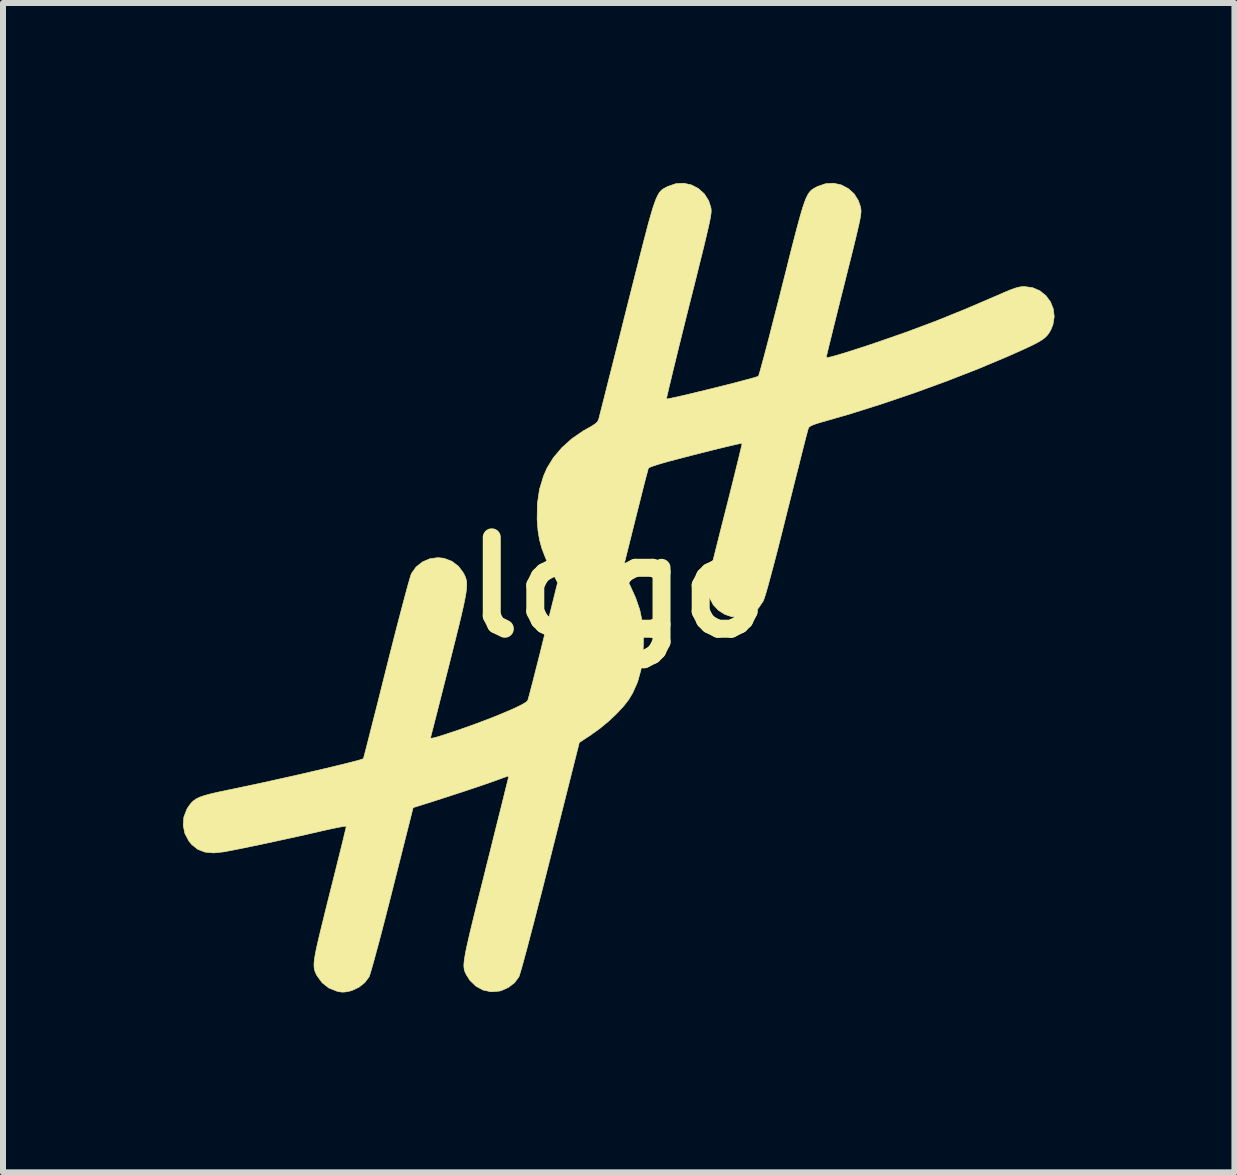
<source format=kicad_pcb>
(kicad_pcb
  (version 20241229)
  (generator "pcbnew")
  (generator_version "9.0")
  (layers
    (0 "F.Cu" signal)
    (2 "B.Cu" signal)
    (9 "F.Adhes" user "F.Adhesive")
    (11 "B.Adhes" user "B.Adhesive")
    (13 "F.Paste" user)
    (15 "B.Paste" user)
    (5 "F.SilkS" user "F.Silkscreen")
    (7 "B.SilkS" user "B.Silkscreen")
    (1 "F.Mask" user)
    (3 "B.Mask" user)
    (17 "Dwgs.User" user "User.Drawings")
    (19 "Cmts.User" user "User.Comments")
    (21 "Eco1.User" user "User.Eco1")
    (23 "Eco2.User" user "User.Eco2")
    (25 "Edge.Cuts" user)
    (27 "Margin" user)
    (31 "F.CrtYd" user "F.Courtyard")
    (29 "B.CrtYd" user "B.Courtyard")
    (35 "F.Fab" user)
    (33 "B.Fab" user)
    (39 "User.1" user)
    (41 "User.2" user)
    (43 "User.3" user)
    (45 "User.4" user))
  (footprint "logo"
    (layer "F.Cu")
    (at 7.254 6.744)
    (property "Reference" "logo" (at 0 0 0) (layer "F.SilkS") (effects (font (size 1.524 1.524) (thickness 0.3))))
    (attr through_hole)
    (fp_poly (pts (xy 3.722 -6.711) (xy 3.838 -6.651) (xy 3.936 -6.563) (xy 4.008 -6.449) (xy 4.043 -6.345) (xy 4.048 -6.321) (xy 4.051 -6.296) (xy 4.052 -6.267) (xy 4.049 -6.231) (xy 4.043 -6.184) (xy 4.032 -6.123) (xy 4.015 -6.045) (xy 3.992 -5.945) (xy 3.963 -5.822) (xy 3.926 -5.67) (xy 3.881 -5.488) (xy 3.826 -5.27) (xy 3.77 -5.044) (xy 3.715 -4.826) (xy 3.664 -4.621) (xy 3.617 -4.432) (xy 3.575 -4.262) (xy 3.539 -4.115) (xy 3.509 -3.995) (xy 3.488 -3.906) (xy 3.475 -3.851) (xy 3.471 -3.834) (xy 3.49 -3.831) (xy 3.548 -3.843) (xy 3.643 -3.869) (xy 3.778 -3.909) (xy 3.951 -3.964) (xy 4.163 -4.033) (xy 4.329 -4.089) (xy 4.814 -4.258) (xy 5.297 -4.439) (xy 5.789 -4.638) (xy 6.302 -4.858) (xy 6.321 -4.866) (xy 6.451 -4.923) (xy 6.551 -4.964) (xy 6.627 -4.991) (xy 6.687 -5.007) (xy 6.738 -5.015) (xy 6.777 -5.016) (xy 6.915 -4.997) (xy 7.035 -4.945) (xy 7.135 -4.864) (xy 7.211 -4.761) (xy 7.258 -4.642) (xy 7.273 -4.514) (xy 7.252 -4.383) (xy 7.218 -4.297) (xy 7.191 -4.249) (xy 7.161 -4.208) (xy 7.123 -4.169) (xy 7.073 -4.13) (xy 7.006 -4.089) (xy 6.917 -4.043) (xy 6.802 -3.988) (xy 6.657 -3.923) (xy 6.509 -3.857) (xy 6.013 -3.648) (xy 5.487 -3.443) (xy 4.945 -3.245) (xy 4.4 -3.06) (xy 3.864 -2.891) (xy 3.485 -2.782) (xy 3.366 -2.748) (xy 3.282 -2.721) (xy 3.227 -2.699) (xy 3.193 -2.679) (xy 3.176 -2.659) (xy 3.174 -2.653) (xy 3.166 -2.625) (xy 3.148 -2.559) (xy 3.122 -2.459) (xy 3.089 -2.329) (xy 3.049 -2.172) (xy 3.004 -1.991) (xy 2.953 -1.791) (xy 2.899 -1.574) (xy 2.841 -1.344) (xy 2.816 -1.245) (xy 2.735 -0.92) (xy 2.663 -0.635) (xy 2.599 -0.39) (xy 2.544 -0.184) (xy 2.499 -0.018) (xy 2.463 0.107) (xy 2.436 0.191) (xy 2.42 0.23) (xy 2.342 0.345) (xy 2.244 0.427) (xy 2.133 0.478) (xy 2.015 0.497) (xy 1.895 0.488) (xy 1.78 0.449) (xy 1.676 0.383) (xy 1.589 0.291) (xy 1.526 0.173) (xy 1.5 0.083) (xy 1.496 0.058) (xy 1.493 0.032) (xy 1.493 0.002) (xy 1.496 -0.036) (xy 1.503 -0.084) (xy 1.514 -0.146) (xy 1.532 -0.227) (xy 1.555 -0.328) (xy 1.586 -0.454) (xy 1.624 -0.608) (xy 1.671 -0.794) (xy 1.726 -1.014) (xy 1.777 -1.214) (xy 1.832 -1.43) (xy 1.883 -1.634) (xy 1.93 -1.822) (xy 1.971 -1.989) (xy 2.007 -2.134) (xy 2.035 -2.251) (xy 2.056 -2.337) (xy 2.067 -2.389) (xy 2.07 -2.404) (xy 2.048 -2.401) (xy 1.991 -2.389) (xy 1.904 -2.369) (xy 1.794 -2.343) (xy 1.666 -2.312) (xy 1.526 -2.277) (xy 1.38 -2.24) (xy 1.233 -2.203) (xy 1.091 -2.166) (xy 0.961 -2.132) (xy 0.847 -2.102) (xy 0.755 -2.076) (xy 0.741 -2.072) (xy 0.65 -2.045) (xy 0.575 -2.02) (xy 0.525 -2) (xy 0.508 -1.99) (xy 0.501 -1.967) (xy 0.485 -1.906) (xy 0.46 -1.813) (xy 0.429 -1.693) (xy 0.393 -1.549) (xy 0.352 -1.385) (xy 0.307 -1.208) (xy 0.287 -1.127) (xy 0.076 -0.281) (xy 0.197 -0.04) (xy 0.294 0.174) (xy 0.363 0.374) (xy 0.404 0.573) (xy 0.423 0.784) (xy 0.425 0.889) (xy 0.415 1.148) (xy 0.382 1.376) (xy 0.326 1.578) (xy 0.245 1.76) (xy 0.175 1.876) (xy 0.087 1.988) (xy -0.028 2.11) (xy -0.161 2.235) (xy -0.303 2.352) (xy -0.445 2.454) (xy -0.45 2.458) (xy -0.645 2.586) (xy -1.125 4.494) (xy -1.201 4.795) (xy -1.273 5.08) (xy -1.342 5.346) (xy -1.405 5.591) (xy -1.463 5.812) (xy -1.514 6.007) (xy -1.559 6.173) (xy -1.596 6.308) (xy -1.625 6.408) (xy -1.645 6.472) (xy -1.653 6.494) (xy -1.724 6.59) (xy -1.825 6.668) (xy -1.944 6.722) (xy -1.979 6.731) (xy -2.117 6.742) (xy -2.25 6.713) (xy -2.369 6.649) (xy -2.469 6.552) (xy -2.527 6.461) (xy -2.542 6.432) (xy -2.554 6.403) (xy -2.563 6.373) (xy -2.568 6.338) (xy -2.57 6.296) (xy -2.566 6.243) (xy -2.557 6.177) (xy -2.543 6.094) (xy -2.522 5.992) (xy -2.494 5.867) (xy -2.459 5.718) (xy -2.416 5.54) (xy -2.365 5.331) (xy -2.304 5.088) (xy -2.234 4.809) (xy -2.203 4.683) (xy -2.141 4.437) (xy -2.083 4.202) (xy -2.028 3.982) (xy -1.978 3.782) (xy -1.933 3.603) (xy -1.895 3.448) (xy -1.864 3.322) (xy -1.84 3.228) (xy -1.826 3.168) (xy -1.82 3.145) (xy -1.82 3.145) (xy -1.838 3.148) (xy -1.887 3.164) (xy -1.956 3.189) (xy -1.983 3.199) (xy -2.054 3.225) (xy -2.159 3.262) (xy -2.29 3.307) (xy -2.442 3.358) (xy -2.607 3.413) (xy -2.779 3.469) (xy -2.951 3.525) (xy -3.116 3.578) (xy -3.227 3.613) (xy -3.416 3.672) (xy -3.76 5.038) (xy -3.82 5.275) (xy -3.878 5.501) (xy -3.933 5.714) (xy -3.984 5.908) (xy -4.031 6.081) (xy -4.071 6.229) (xy -4.105 6.348) (xy -4.13 6.435) (xy -4.147 6.485) (xy -4.151 6.494) (xy -4.221 6.588) (xy -4.319 6.666) (xy -4.434 6.72) (xy -4.469 6.73) (xy -4.544 6.745) (xy -4.6 6.748) (xy -4.658 6.739) (xy -4.688 6.732) (xy -4.821 6.679) (xy -4.933 6.591) (xy -5.019 6.473) (xy -5.025 6.461) (xy -5.042 6.427) (xy -5.055 6.393) (xy -5.064 6.357) (xy -5.068 6.316) (xy -5.068 6.264) (xy -5.061 6.2) (xy -5.048 6.119) (xy -5.028 6.018) (xy -5 5.894) (xy -4.964 5.742) (xy -4.919 5.56) (xy -4.866 5.343) (xy -4.807 5.107) (xy -4.754 4.897) (xy -4.705 4.7) (xy -4.66 4.519) (xy -4.62 4.358) (xy -4.586 4.221) (xy -4.56 4.111) (xy -4.541 4.033) (xy -4.531 3.99) (xy -4.53 3.983) (xy -4.549 3.982) (xy -4.604 3.99) (xy -4.688 4.006) (xy -4.795 4.028) (xy -4.92 4.056) (xy -4.969 4.067) (xy -5.143 4.107) (xy -5.333 4.15) (xy -5.534 4.194) (xy -5.737 4.238) (xy -5.936 4.281) (xy -6.124 4.32) (xy -6.294 4.355) (xy -6.439 4.384) (xy -6.551 4.405) (xy -6.577 4.41) (xy -6.745 4.427) (xy -6.888 4.413) (xy -7.007 4.367) (xy -7.106 4.288) (xy -7.154 4.23) (xy -7.221 4.104) (xy -7.249 3.968) (xy -7.239 3.831) (xy -7.189 3.699) (xy -7.154 3.644) (xy -7.118 3.597) (xy -7.079 3.559) (xy -7.032 3.526) (xy -6.973 3.497) (xy -6.894 3.47) (xy -6.792 3.442) (xy -6.661 3.412) (xy -6.494 3.377) (xy -6.44 3.366) (xy -6.264 3.329) (xy -6.074 3.289) (xy -5.874 3.246) (xy -5.669 3.2) (xy -5.462 3.154) (xy -5.258 3.108) (xy -5.062 3.062) (xy -4.877 3.019) (xy -4.707 2.978) (xy -4.558 2.942) (xy -4.432 2.91) (xy -4.336 2.885) (xy -4.272 2.866) (xy -4.245 2.855) (xy -4.245 2.855) (xy -4.239 2.834) (xy -4.223 2.774) (xy -4.199 2.681) (xy -4.167 2.556) (xy -4.128 2.402) (xy -4.083 2.224) (xy -4.032 2.025) (xy -3.977 1.807) (xy -3.919 1.574) (xy -3.864 1.355) (xy -3.802 1.108) (xy -3.742 0.872) (xy -3.685 0.649) (xy -3.631 0.443) (xy -3.582 0.258) (xy -3.539 0.097) (xy -3.503 -0.036) (xy -3.474 -0.138) (xy -3.453 -0.206) (xy -3.443 -0.233) (xy -3.365 -0.342) (xy -3.26 -0.425) (xy -3.137 -0.478) (xy -3.004 -0.496) (xy -2.904 -0.486) (xy -2.77 -0.436) (xy -2.661 -0.353) (xy -2.583 -0.249) (xy -2.562 -0.21) (xy -2.545 -0.174) (xy -2.532 -0.135) (xy -2.524 -0.092) (xy -2.522 -0.04) (xy -2.526 0.024) (xy -2.536 0.103) (xy -2.554 0.201) (xy -2.579 0.32) (xy -2.612 0.465) (xy -2.653 0.637) (xy -2.704 0.842) (xy -2.764 1.082) (xy -2.816 1.289) (xy -2.871 1.506) (xy -2.923 1.711) (xy -2.971 1.901) (xy -3.014 2.071) (xy -3.052 2.219) (xy -3.083 2.339) (xy -3.106 2.429) (xy -3.12 2.485) (xy -3.124 2.502) (xy -3.121 2.513) (xy -3.1 2.514) (xy -3.057 2.505) (xy -2.988 2.486) (xy -2.888 2.454) (xy -2.753 2.409) (xy -2.733 2.403) (xy -2.529 2.332) (xy -2.333 2.261) (xy -2.148 2.191) (xy -1.978 2.123) (xy -1.828 2.06) (xy -1.702 2.004) (xy -1.603 1.955) (xy -1.537 1.916) (xy -1.506 1.888) (xy -1.506 1.888) (xy -1.497 1.86) (xy -1.479 1.796) (xy -1.454 1.699) (xy -1.421 1.574) (xy -1.383 1.425) (xy -1.34 1.255) (xy -1.293 1.07) (xy -1.248 0.887) (xy -1.007 -0.079) (xy -1.128 -0.32) (xy -1.209 -0.494) (xy -1.269 -0.649) (xy -1.309 -0.796) (xy -1.334 -0.949) (xy -1.347 -1.12) (xy -1.348 -1.132) (xy -1.344 -1.394) (xy -1.309 -1.634) (xy -1.241 -1.858) (xy -1.183 -1.99) (xy -1.076 -2.164) (xy -0.935 -2.33) (xy -0.767 -2.481) (xy -0.58 -2.609) (xy -0.534 -2.635) (xy -0.445 -2.685) (xy -0.386 -2.723) (xy -0.35 -2.754) (xy -0.329 -2.785) (xy -0.319 -2.815) (xy -0.311 -2.847) (xy -0.293 -2.916) (xy -0.267 -3.02) (xy -0.232 -3.156) (xy -0.191 -3.32) (xy -0.143 -3.51) (xy -0.089 -3.722) (xy -0.031 -3.954) (xy 0.032 -4.202) (xy 0.097 -4.463) (xy 0.151 -4.677) (xy 0.232 -4.999) (xy 0.304 -5.283) (xy 0.367 -5.531) (xy 0.422 -5.745) (xy 0.47 -5.929) (xy 0.511 -6.085) (xy 0.548 -6.215) (xy 0.58 -6.323) (xy 0.609 -6.409) (xy 0.635 -6.478) (xy 0.66 -6.532) (xy 0.683 -6.573) (xy 0.707 -6.604) (xy 0.731 -6.628) (xy 0.757 -6.646) (xy 0.786 -6.662) (xy 0.818 -6.679) (xy 0.832 -6.686) (xy 0.963 -6.731) (xy 1.096 -6.739) (xy 1.224 -6.711) (xy 1.34 -6.651) (xy 1.438 -6.563) (xy 1.511 -6.449) (xy 1.545 -6.345) (xy 1.55 -6.324) (xy 1.553 -6.301) (xy 1.554 -6.275) (xy 1.552 -6.243) (xy 1.546 -6.201) (xy 1.537 -6.146) (xy 1.523 -6.076) (xy 1.503 -5.988) (xy 1.478 -5.879) (xy 1.446 -5.745) (xy 1.407 -5.584) (xy 1.359 -5.393) (xy 1.304 -5.169) (xy 1.239 -4.91) (xy 1.184 -4.693) (xy 1.122 -4.445) (xy 1.064 -4.21) (xy 1.009 -3.989) (xy 0.96 -3.787) (xy 0.916 -3.607) (xy 0.879 -3.452) (xy 0.848 -3.324) (xy 0.826 -3.228) (xy 0.812 -3.167) (xy 0.808 -3.143) (xy 0.809 -3.143) (xy 0.831 -3.144) (xy 0.89 -3.156) (xy 0.978 -3.175) (xy 1.09 -3.2) (xy 1.221 -3.231) (xy 1.365 -3.266) (xy 1.517 -3.303) (xy 1.671 -3.341) (xy 1.822 -3.379) (xy 1.963 -3.415) (xy 2.09 -3.449) (xy 2.197 -3.477) (xy 2.278 -3.5) (xy 2.328 -3.516) (xy 2.341 -3.522) (xy 2.35 -3.546) (xy 2.369 -3.608) (xy 2.395 -3.704) (xy 2.43 -3.831) (xy 2.471 -3.986) (xy 2.518 -4.165) (xy 2.569 -4.366) (xy 2.625 -4.584) (xy 2.685 -4.816) (xy 2.732 -5.005) (xy 2.806 -5.296) (xy 2.869 -5.55) (xy 2.925 -5.768) (xy 2.973 -5.953) (xy 3.015 -6.109) (xy 3.051 -6.238) (xy 3.083 -6.344) (xy 3.112 -6.428) (xy 3.138 -6.495) (xy 3.164 -6.546) (xy 3.189 -6.585) (xy 3.214 -6.614) (xy 3.242 -6.637) (xy 3.272 -6.656) (xy 3.306 -6.674) (xy 3.33 -6.686) (xy 3.461 -6.731) (xy 3.594 -6.739) (xy 3.722 -6.711)) (stroke (width 0.01) (type solid)) (fill yes) (layer "F.SilkS")))
  (gr_rect
    (start -3 -3)
    (end 17.532 16.497)
    (stroke (width 0.1) (type default))
    (fill no)
    (layer "Edge.Cuts")))
</source>
